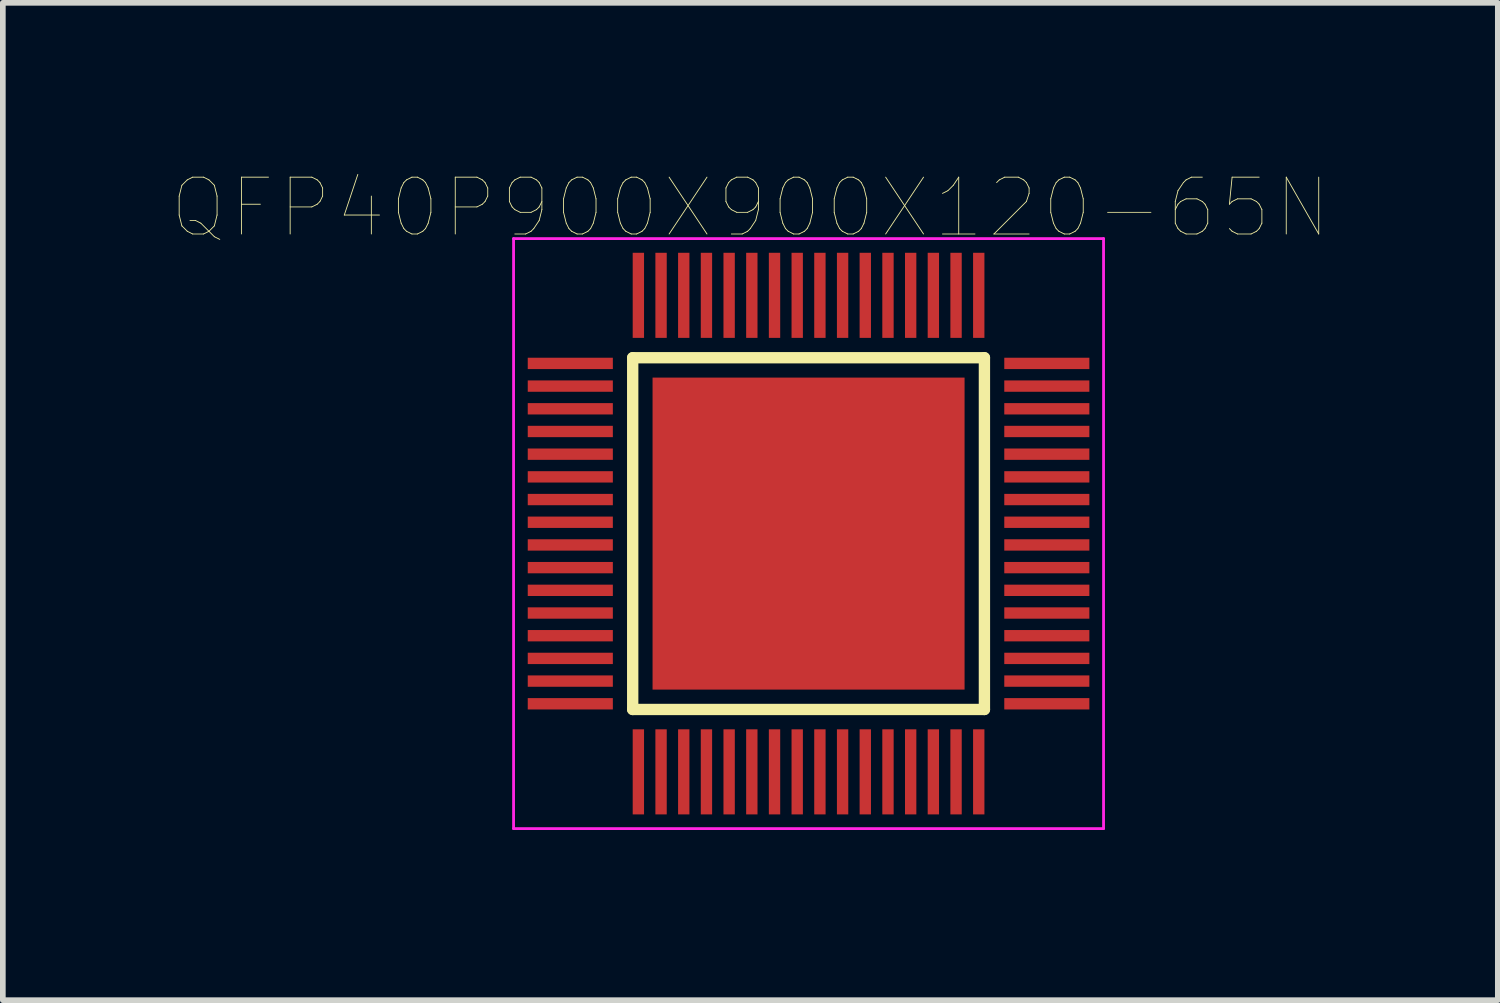
<source format=kicad_pcb>
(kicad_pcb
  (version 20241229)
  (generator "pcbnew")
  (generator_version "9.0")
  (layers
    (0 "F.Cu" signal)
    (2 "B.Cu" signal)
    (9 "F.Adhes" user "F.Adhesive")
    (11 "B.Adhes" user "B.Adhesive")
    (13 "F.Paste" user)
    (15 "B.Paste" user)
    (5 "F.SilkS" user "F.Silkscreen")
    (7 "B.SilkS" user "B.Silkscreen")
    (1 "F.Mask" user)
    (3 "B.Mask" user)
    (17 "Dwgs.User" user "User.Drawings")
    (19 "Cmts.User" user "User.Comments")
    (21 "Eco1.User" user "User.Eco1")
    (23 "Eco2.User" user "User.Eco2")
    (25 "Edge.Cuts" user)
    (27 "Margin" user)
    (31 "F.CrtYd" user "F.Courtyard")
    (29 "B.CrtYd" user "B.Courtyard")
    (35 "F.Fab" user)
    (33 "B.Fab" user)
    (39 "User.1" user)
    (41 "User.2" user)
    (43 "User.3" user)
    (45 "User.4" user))
  (footprint "QFP40P900X900X120-65N"
    (layer "F.Cu")
    (at 11.203 6.356)
    (property "Reference" "QFP40P900X900X120-65N" (at -1.027 -5.744 0) (layer "F.SilkS") (effects (font (size 1.002 1.002) (thickness 0.015))))
    (attr through_hole)
    (fp_line (start -3.1 -3.1) (end 3.1 -3.1) (stroke (width 0.2) (type solid)) (layer "F.SilkS"))
    (fp_line (start -3.1 3.1) (end -3.1 -3.1) (stroke (width 0.2) (type solid)) (layer "F.SilkS"))
    (fp_line (start 3.1 -3.1) (end 3.1 3.1) (stroke (width 0.2) (type solid)) (layer "F.SilkS"))
    (fp_line (start 3.1 3.1) (end -3.1 3.1) (stroke (width 0.2) (type solid)) (layer "F.SilkS"))
    (fp_poly (pts (xy -2.041 -2.04) (xy -0.3 -2.04) (xy -0.3 -0.3) (xy -2.041 -0.3)) (stroke (width 0.01) (type solid)) (fill yes) (layer "F.Paste"))
    (fp_poly (pts (xy -2.04 0.3) (xy -0.3 0.3) (xy -0.3 2.04) (xy -2.04 2.04)) (stroke (width 0.01) (type solid)) (fill yes) (layer "F.Paste"))
    (fp_poly (pts (xy 0.3 0.3) (xy 2.04 0.3) (xy 2.04 2.041) (xy 0.3 2.041)) (stroke (width 0.01) (type solid)) (fill yes) (layer "F.Paste"))
    (fp_poly (pts (xy 0.301 -2.04) (xy 2.04 -2.04) (xy 2.04 -0.301) (xy 0.301 -0.301)) (stroke (width 0.01) (type solid)) (fill yes) (layer "F.Paste"))
    (fp_line (start -5.2 -5.2) (end 5.2 -5.2) (stroke (width 0.05) (type solid)) (layer "F.CrtYd"))
    (fp_line (start -5.2 5.2) (end -5.2 -5.2) (stroke (width 0.05) (type solid)) (layer "F.CrtYd"))
    (fp_line (start 5.2 -5.2) (end 5.2 5.2) (stroke (width 0.05) (type solid)) (layer "F.CrtYd"))
    (fp_line (start 5.2 5.2) (end -5.2 5.2) (stroke (width 0.05) (type solid)) (layer "F.CrtYd"))
    (pad "1" smd rect (at -4.2 -3) (size 1.5 0.2) (layers "F.Cu" "F.Mask" "F.Paste"))
    (pad "2" smd rect (at -4.2 -2.6) (size 1.5 0.2) (layers "F.Cu" "F.Mask" "F.Paste"))
    (pad "3" smd rect (at -4.2 -2.2) (size 1.5 0.2) (layers "F.Cu" "F.Mask" "F.Paste"))
    (pad "4" smd rect (at -4.2 -1.8) (size 1.5 0.2) (layers "F.Cu" "F.Mask" "F.Paste"))
    (pad "5" smd rect (at -4.2 -1.4) (size 1.5 0.2) (layers "F.Cu" "F.Mask" "F.Paste"))
    (pad "6" smd rect (at -4.2 -1) (size 1.5 0.2) (layers "F.Cu" "F.Mask" "F.Paste"))
    (pad "7" smd rect (at -4.2 -0.6) (size 1.5 0.2) (layers "F.Cu" "F.Mask" "F.Paste"))
    (pad "8" smd rect (at -4.2 -0.2) (size 1.5 0.2) (layers "F.Cu" "F.Mask" "F.Paste"))
    (pad "9" smd rect (at -4.2 0.2) (size 1.5 0.2) (layers "F.Cu" "F.Mask" "F.Paste"))
    (pad "10" smd rect (at -4.2 0.6) (size 1.5 0.2) (layers "F.Cu" "F.Mask" "F.Paste"))
    (pad "11" smd rect (at -4.2 1) (size 1.5 0.2) (layers "F.Cu" "F.Mask" "F.Paste"))
    (pad "12" smd rect (at -4.2 1.4) (size 1.5 0.2) (layers "F.Cu" "F.Mask" "F.Paste"))
    (pad "13" smd rect (at -4.2 1.8) (size 1.5 0.2) (layers "F.Cu" "F.Mask" "F.Paste"))
    (pad "14" smd rect (at -4.2 2.2) (size 1.5 0.2) (layers "F.Cu" "F.Mask" "F.Paste"))
    (pad "15" smd rect (at -4.2 2.6) (size 1.5 0.2) (layers "F.Cu" "F.Mask" "F.Paste"))
    (pad "16" smd rect (at -4.2 3) (size 1.5 0.2) (layers "F.Cu" "F.Mask" "F.Paste"))
    (pad "17" smd rect (at -3 4.2) (size 0.2 1.5) (layers "F.Cu" "F.Mask" "F.Paste"))
    (pad "18" smd rect (at -2.6 4.2) (size 0.2 1.5) (layers "F.Cu" "F.Mask" "F.Paste"))
    (pad "19" smd rect (at -2.2 4.2) (size 0.2 1.5) (layers "F.Cu" "F.Mask" "F.Paste"))
    (pad "20" smd rect (at -1.8 4.2) (size 0.2 1.5) (layers "F.Cu" "F.Mask" "F.Paste"))
    (pad "21" smd rect (at -1.4 4.2) (size 0.2 1.5) (layers "F.Cu" "F.Mask" "F.Paste"))
    (pad "22" smd rect (at -1 4.2) (size 0.2 1.5) (layers "F.Cu" "F.Mask" "F.Paste"))
    (pad "23" smd rect (at -0.6 4.2) (size 0.2 1.5) (layers "F.Cu" "F.Mask" "F.Paste"))
    (pad "24" smd rect (at -0.2 4.2) (size 0.2 1.5) (layers "F.Cu" "F.Mask" "F.Paste"))
    (pad "25" smd rect (at 0.2 4.2) (size 0.2 1.5) (layers "F.Cu" "F.Mask" "F.Paste"))
    (pad "26" smd rect (at 0.6 4.2) (size 0.2 1.5) (layers "F.Cu" "F.Mask" "F.Paste"))
    (pad "27" smd rect (at 1 4.2) (size 0.2 1.5) (layers "F.Cu" "F.Mask" "F.Paste"))
    (pad "28" smd rect (at 1.4 4.2) (size 0.2 1.5) (layers "F.Cu" "F.Mask" "F.Paste"))
    (pad "29" smd rect (at 1.8 4.2) (size 0.2 1.5) (layers "F.Cu" "F.Mask" "F.Paste"))
    (pad "30" smd rect (at 2.2 4.2) (size 0.2 1.5) (layers "F.Cu" "F.Mask" "F.Paste"))
    (pad "31" smd rect (at 2.6 4.2) (size 0.2 1.5) (layers "F.Cu" "F.Mask" "F.Paste"))
    (pad "32" smd rect (at 3 4.2) (size 0.2 1.5) (layers "F.Cu" "F.Mask" "F.Paste"))
    (pad "33" smd rect (at 4.2 3) (size 1.5 0.2) (layers "F.Cu" "F.Mask" "F.Paste"))
    (pad "34" smd rect (at 4.2 2.6) (size 1.5 0.2) (layers "F.Cu" "F.Mask" "F.Paste"))
    (pad "35" smd rect (at 4.2 2.2) (size 1.5 0.2) (layers "F.Cu" "F.Mask" "F.Paste"))
    (pad "36" smd rect (at 4.2 1.8) (size 1.5 0.2) (layers "F.Cu" "F.Mask" "F.Paste"))
    (pad "37" smd rect (at 4.2 1.4) (size 1.5 0.2) (layers "F.Cu" "F.Mask" "F.Paste"))
    (pad "38" smd rect (at 4.2 1) (size 1.5 0.2) (layers "F.Cu" "F.Mask" "F.Paste"))
    (pad "39" smd rect (at 4.2 0.6) (size 1.5 0.2) (layers "F.Cu" "F.Mask" "F.Paste"))
    (pad "40" smd rect (at 4.2 0.2) (size 1.5 0.2) (layers "F.Cu" "F.Mask" "F.Paste"))
    (pad "41" smd rect (at 4.2 -0.2) (size 1.5 0.2) (layers "F.Cu" "F.Mask" "F.Paste"))
    (pad "42" smd rect (at 4.2 -0.6) (size 1.5 0.2) (layers "F.Cu" "F.Mask" "F.Paste"))
    (pad "43" smd rect (at 4.2 -1) (size 1.5 0.2) (layers "F.Cu" "F.Mask" "F.Paste"))
    (pad "44" smd rect (at 4.2 -1.4) (size 1.5 0.2) (layers "F.Cu" "F.Mask" "F.Paste"))
    (pad "45" smd rect (at 4.2 -1.8) (size 1.5 0.2) (layers "F.Cu" "F.Mask" "F.Paste"))
    (pad "46" smd rect (at 4.2 -2.2) (size 1.5 0.2) (layers "F.Cu" "F.Mask" "F.Paste"))
    (pad "47" smd rect (at 4.2 -2.6) (size 1.5 0.2) (layers "F.Cu" "F.Mask" "F.Paste"))
    (pad "48" smd rect (at 4.2 -3) (size 1.5 0.2) (layers "F.Cu" "F.Mask" "F.Paste"))
    (pad "49" smd rect (at 3 -4.2) (size 0.2 1.5) (layers "F.Cu" "F.Mask" "F.Paste"))
    (pad "50" smd rect (at 2.6 -4.2) (size 0.2 1.5) (layers "F.Cu" "F.Mask" "F.Paste"))
    (pad "51" smd rect (at 2.2 -4.2) (size 0.2 1.5) (layers "F.Cu" "F.Mask" "F.Paste"))
    (pad "52" smd rect (at 1.8 -4.2) (size 0.2 1.5) (layers "F.Cu" "F.Mask" "F.Paste"))
    (pad "53" smd rect (at 1.4 -4.2) (size 0.2 1.5) (layers "F.Cu" "F.Mask" "F.Paste"))
    (pad "54" smd rect (at 1 -4.2) (size 0.2 1.5) (layers "F.Cu" "F.Mask" "F.Paste"))
    (pad "55" smd rect (at 0.6 -4.2) (size 0.2 1.5) (layers "F.Cu" "F.Mask" "F.Paste"))
    (pad "56" smd rect (at 0.2 -4.2) (size 0.2 1.5) (layers "F.Cu" "F.Mask" "F.Paste"))
    (pad "57" smd rect (at -0.2 -4.2) (size 0.2 1.5) (layers "F.Cu" "F.Mask" "F.Paste"))
    (pad "58" smd rect (at -0.6 -4.2) (size 0.2 1.5) (layers "F.Cu" "F.Mask" "F.Paste"))
    (pad "59" smd rect (at -1 -4.2) (size 0.2 1.5) (layers "F.Cu" "F.Mask" "F.Paste"))
    (pad "60" smd rect (at -1.4 -4.2) (size 0.2 1.5) (layers "F.Cu" "F.Mask" "F.Paste"))
    (pad "61" smd rect (at -1.8 -4.2) (size 0.2 1.5) (layers "F.Cu" "F.Mask" "F.Paste"))
    (pad "62" smd rect (at -2.2 -4.2) (size 0.2 1.5) (layers "F.Cu" "F.Mask" "F.Paste"))
    (pad "63" smd rect (at -2.6 -4.2) (size 0.2 1.5) (layers "F.Cu" "F.Mask" "F.Paste"))
    (pad "64" smd rect (at -3 -4.2) (size 0.2 1.5) (layers "F.Cu" "F.Mask" "F.Paste"))
    (pad "65" smd rect (at 0 0) (size 5.5 5.5) (layers "F.Cu" "F.Mask")))
  (gr_rect
    (start -3 -3)
    (end 23.353 14.581)
    (stroke (width 0.1) (type default))
    (fill no)
    (layer "Edge.Cuts")))
</source>
